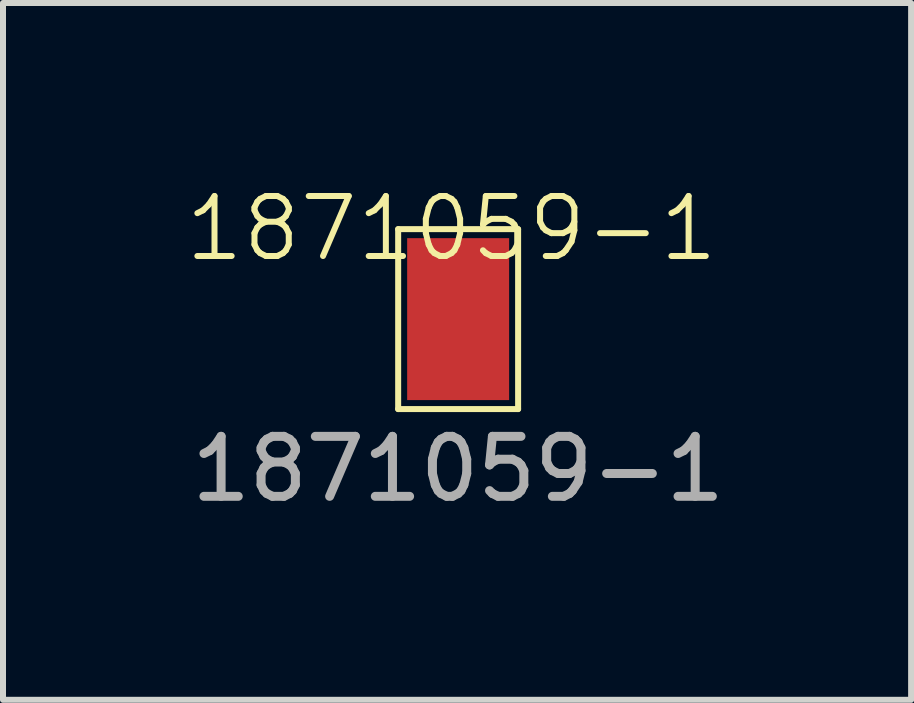
<source format=kicad_pcb>
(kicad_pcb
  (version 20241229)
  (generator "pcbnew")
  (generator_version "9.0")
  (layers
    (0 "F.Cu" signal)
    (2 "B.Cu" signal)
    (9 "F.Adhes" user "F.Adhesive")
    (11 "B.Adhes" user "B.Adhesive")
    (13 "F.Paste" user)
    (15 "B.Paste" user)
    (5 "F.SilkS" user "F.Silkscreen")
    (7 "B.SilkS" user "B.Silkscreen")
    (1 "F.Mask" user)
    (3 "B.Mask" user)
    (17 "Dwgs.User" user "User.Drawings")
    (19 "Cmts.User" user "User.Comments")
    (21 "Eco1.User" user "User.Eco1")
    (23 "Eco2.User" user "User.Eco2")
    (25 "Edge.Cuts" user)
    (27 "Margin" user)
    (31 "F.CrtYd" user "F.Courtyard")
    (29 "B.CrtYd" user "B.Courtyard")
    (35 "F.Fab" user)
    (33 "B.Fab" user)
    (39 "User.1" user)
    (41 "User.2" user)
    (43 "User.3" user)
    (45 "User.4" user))
  (footprint "1871059-1"
    (layer "F.Cu")
    (at 4.589 2.271)
    (property "Reference" "1871059-1" (at -0.11 -1.51 0) (unlocked yes) (layer "F.SilkS") (effects (font (size 1 1) (thickness 0.1))))
    (attr smd)
    (fp_line (start -1 -1.5) (end -1 1.5) (stroke (width 0.1) (type default)) (layer "F.SilkS"))
    (fp_line (start -1 1.5) (end 1 1.5) (stroke (width 0.1) (type default)) (layer "F.SilkS"))
    (fp_line (start 1 -1.5) (end -1 -1.5) (stroke (width 0.1) (type default)) (layer "F.SilkS"))
    (fp_line (start 1 1.5) (end 1 -1.5) (stroke (width 0.1) (type default)) (layer "F.SilkS"))
    (fp_text user "${REFERENCE}" (at 0 2.5 0) (unlocked yes) (layer "F.Fab") (effects (font (size 1 1) (thickness 0.15))))
    (pad "1" smd rect (at 0 0) (size 1.7 2.7) (layers "F.Cu" "F.Mask" "F.Paste")))
  (gr_rect
    (start -3 -3)
    (end 12.142 8.619)
    (stroke (width 0.1) (type default))
    (fill no)
    (layer "Edge.Cuts")))
</source>
